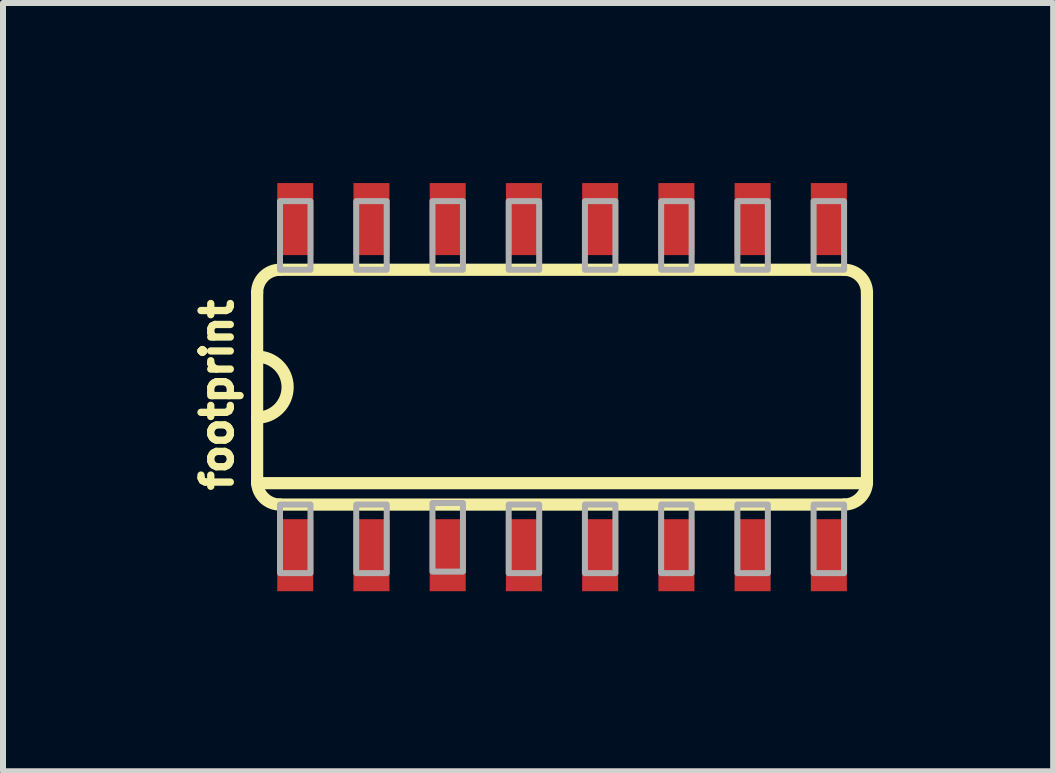
<source format=kicad_pcb>
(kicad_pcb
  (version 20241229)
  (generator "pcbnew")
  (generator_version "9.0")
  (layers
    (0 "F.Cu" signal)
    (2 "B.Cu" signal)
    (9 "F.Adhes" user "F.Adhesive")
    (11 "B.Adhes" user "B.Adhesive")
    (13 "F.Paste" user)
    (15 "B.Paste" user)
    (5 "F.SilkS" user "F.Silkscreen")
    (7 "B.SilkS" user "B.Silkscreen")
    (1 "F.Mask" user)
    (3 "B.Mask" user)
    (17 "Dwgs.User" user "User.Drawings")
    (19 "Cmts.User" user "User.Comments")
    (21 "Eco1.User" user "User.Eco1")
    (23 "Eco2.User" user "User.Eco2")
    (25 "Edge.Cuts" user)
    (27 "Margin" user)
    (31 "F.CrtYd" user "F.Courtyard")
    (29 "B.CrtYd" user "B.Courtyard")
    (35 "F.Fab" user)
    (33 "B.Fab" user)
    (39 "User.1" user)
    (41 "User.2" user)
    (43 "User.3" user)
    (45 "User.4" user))
  (footprint "footprint"
    (layer "F.Cu")
    (at 6.314 3.4)
    (property "Reference" "footprint" (at -5.461 1.778 90) (layer "F.SilkS") (effects (font (size 0.488 0.488) (thickness 0.122)) (justify left bottom)))
    (fp_line (start -5.08 -1.575) (end -5.08 -0.508) (stroke (width 0.203) (type solid)) (layer "F.SilkS"))
    (fp_line (start -5.08 -0.508) (end -5.08 0.508) (stroke (width 0.203) (type solid)) (layer "F.SilkS"))
    (fp_line (start -5.08 0.508) (end -5.08 1.575) (stroke (width 0.203) (type solid)) (layer "F.SilkS"))
    (fp_line (start -5.08 1.6) (end 5.08 1.6) (stroke (width 0.203) (type solid)) (layer "F.SilkS"))
    (fp_line (start -4.699 1.956) (end 4.699 1.956) (stroke (width 0.203) (type solid)) (layer "F.SilkS"))
    (fp_line (start 4.699 -1.956) (end -4.699 -1.956) (stroke (width 0.203) (type solid)) (layer "F.SilkS"))
    (fp_line (start 5.08 1.575) (end 5.08 -1.575) (stroke (width 0.203) (type solid)) (layer "F.SilkS"))
    (fp_arc (start -5.08 -1.5748) (mid -4.968408 -1.844208) (end -4.699 -1.9558) (stroke (width 0.2032) (type solid)) (layer "F.SilkS"))
    (fp_arc (start -5.08 -0.508) (mid -4.572 0) (end -5.08 0.508) (stroke (width 0.2032) (type solid)) (layer "F.SilkS"))
    (fp_arc (start -4.699 1.9558) (mid -4.968408 1.844208) (end -5.08 1.5748) (stroke (width 0.2032) (type solid)) (layer "F.SilkS"))
    (fp_arc (start 4.699 -1.9558) (mid 4.968408 -1.844208) (end 5.08 -1.5748) (stroke (width 0.2032) (type solid)) (layer "F.SilkS"))
    (fp_arc (start 5.08 1.5748) (mid 4.968408 1.844208) (end 4.699 1.9558) (stroke (width 0.2032) (type solid)) (layer "F.SilkS"))
    (fp_poly (pts (xy -4.699 -1.956) (xy -4.191 -1.956) (xy -4.191 -3.099) (xy -4.699 -3.099)) (stroke (width 0.1) (type solid)) (fill no) (layer "F.Fab"))
    (fp_poly (pts (xy -4.699 3.099) (xy -4.191 3.099) (xy -4.191 1.956) (xy -4.699 1.956)) (stroke (width 0.1) (type solid)) (fill no) (layer "F.Fab"))
    (fp_poly (pts (xy -3.429 -1.956) (xy -2.921 -1.956) (xy -2.921 -3.099) (xy -3.429 -3.099)) (stroke (width 0.1) (type solid)) (fill no) (layer "F.Fab"))
    (fp_poly (pts (xy -3.429 3.099) (xy -2.921 3.099) (xy -2.921 1.956) (xy -3.429 1.956)) (stroke (width 0.1) (type solid)) (fill no) (layer "F.Fab"))
    (fp_poly (pts (xy -2.159 -1.956) (xy -1.651 -1.956) (xy -1.651 -3.099) (xy -2.159 -3.099)) (stroke (width 0.1) (type solid)) (fill no) (layer "F.Fab"))
    (fp_poly (pts (xy -2.159 3.073) (xy -1.651 3.073) (xy -1.651 1.93) (xy -2.159 1.93)) (stroke (width 0.1) (type solid)) (fill no) (layer "F.Fab"))
    (fp_poly (pts (xy -0.889 -1.956) (xy -0.381 -1.956) (xy -0.381 -3.099) (xy -0.889 -3.099)) (stroke (width 0.1) (type solid)) (fill no) (layer "F.Fab"))
    (fp_poly (pts (xy -0.889 3.099) (xy -0.381 3.099) (xy -0.381 1.956) (xy -0.889 1.956)) (stroke (width 0.1) (type solid)) (fill no) (layer "F.Fab"))
    (fp_poly (pts (xy 0.381 -1.956) (xy 0.889 -1.956) (xy 0.889 -3.099) (xy 0.381 -3.099)) (stroke (width 0.1) (type solid)) (fill no) (layer "F.Fab"))
    (fp_poly (pts (xy 0.381 3.099) (xy 0.889 3.099) (xy 0.889 1.956) (xy 0.381 1.956)) (stroke (width 0.1) (type solid)) (fill no) (layer "F.Fab"))
    (fp_poly (pts (xy 1.651 -1.956) (xy 2.159 -1.956) (xy 2.159 -3.099) (xy 1.651 -3.099)) (stroke (width 0.1) (type solid)) (fill no) (layer "F.Fab"))
    (fp_poly (pts (xy 1.651 3.099) (xy 2.159 3.099) (xy 2.159 1.956) (xy 1.651 1.956)) (stroke (width 0.1) (type solid)) (fill no) (layer "F.Fab"))
    (fp_poly (pts (xy 2.921 -1.956) (xy 3.429 -1.956) (xy 3.429 -3.099) (xy 2.921 -3.099)) (stroke (width 0.1) (type solid)) (fill no) (layer "F.Fab"))
    (fp_poly (pts (xy 2.921 3.099) (xy 3.429 3.099) (xy 3.429 1.956) (xy 2.921 1.956)) (stroke (width 0.1) (type solid)) (fill no) (layer "F.Fab"))
    (fp_poly (pts (xy 4.191 -1.956) (xy 4.699 -1.956) (xy 4.699 -3.099) (xy 4.191 -3.099)) (stroke (width 0.1) (type solid)) (fill no) (layer "F.Fab"))
    (fp_poly (pts (xy 4.191 3.099) (xy 4.699 3.099) (xy 4.699 1.956) (xy 4.191 1.956)) (stroke (width 0.1) (type solid)) (fill no) (layer "F.Fab"))
    (pad "1" smd rect (at -4.445 2.8) (size 0.6 1.2) (layers "F.Cu" "F.Mask" "F.Paste"))
    (pad "2" smd rect (at -3.175 2.8) (size 0.6 1.2) (layers "F.Cu" "F.Mask" "F.Paste"))
    (pad "3" smd rect (at -1.905 2.8) (size 0.6 1.2) (layers "F.Cu" "F.Mask" "F.Paste"))
    (pad "4" smd rect (at -0.635 2.8) (size 0.6 1.2) (layers "F.Cu" "F.Mask" "F.Paste"))
    (pad "5" smd rect (at 0.635 2.8) (size 0.6 1.2) (layers "F.Cu" "F.Mask" "F.Paste"))
    (pad "6" smd rect (at 1.905 2.8) (size 0.6 1.2) (layers "F.Cu" "F.Mask" "F.Paste"))
    (pad "7" smd rect (at 3.175 2.8) (size 0.6 1.2) (layers "F.Cu" "F.Mask" "F.Paste"))
    (pad "8" smd rect (at 4.445 2.8) (size 0.6 1.2) (layers "F.Cu" "F.Mask" "F.Paste"))
    (pad "9" smd rect (at 4.445 -2.8) (size 0.6 1.2) (layers "F.Cu" "F.Mask" "F.Paste"))
    (pad "10" smd rect (at 3.175 -2.8) (size 0.6 1.2) (layers "F.Cu" "F.Mask" "F.Paste"))
    (pad "11" smd rect (at 1.905 -2.8) (size 0.6 1.2) (layers "F.Cu" "F.Mask" "F.Paste"))
    (pad "12" smd rect (at 0.635 -2.8) (size 0.6 1.2) (layers "F.Cu" "F.Mask" "F.Paste"))
    (pad "13" smd rect (at -0.635 -2.8) (size 0.6 1.2) (layers "F.Cu" "F.Mask" "F.Paste"))
    (pad "14" smd rect (at -1.905 -2.8) (size 0.6 1.2) (layers "F.Cu" "F.Mask" "F.Paste"))
    (pad "15" smd rect (at -3.175 -2.8) (size 0.6 1.2) (layers "F.Cu" "F.Mask" "F.Paste"))
    (pad "16" smd rect (at -4.445 -2.8) (size 0.6 1.2) (layers "F.Cu" "F.Mask" "F.Paste")))
  (gr_rect
    (start -3 -3)
    (end 14.496 9.8)
    (stroke (width 0.1) (type default))
    (fill no)
    (layer "Edge.Cuts")))
</source>
